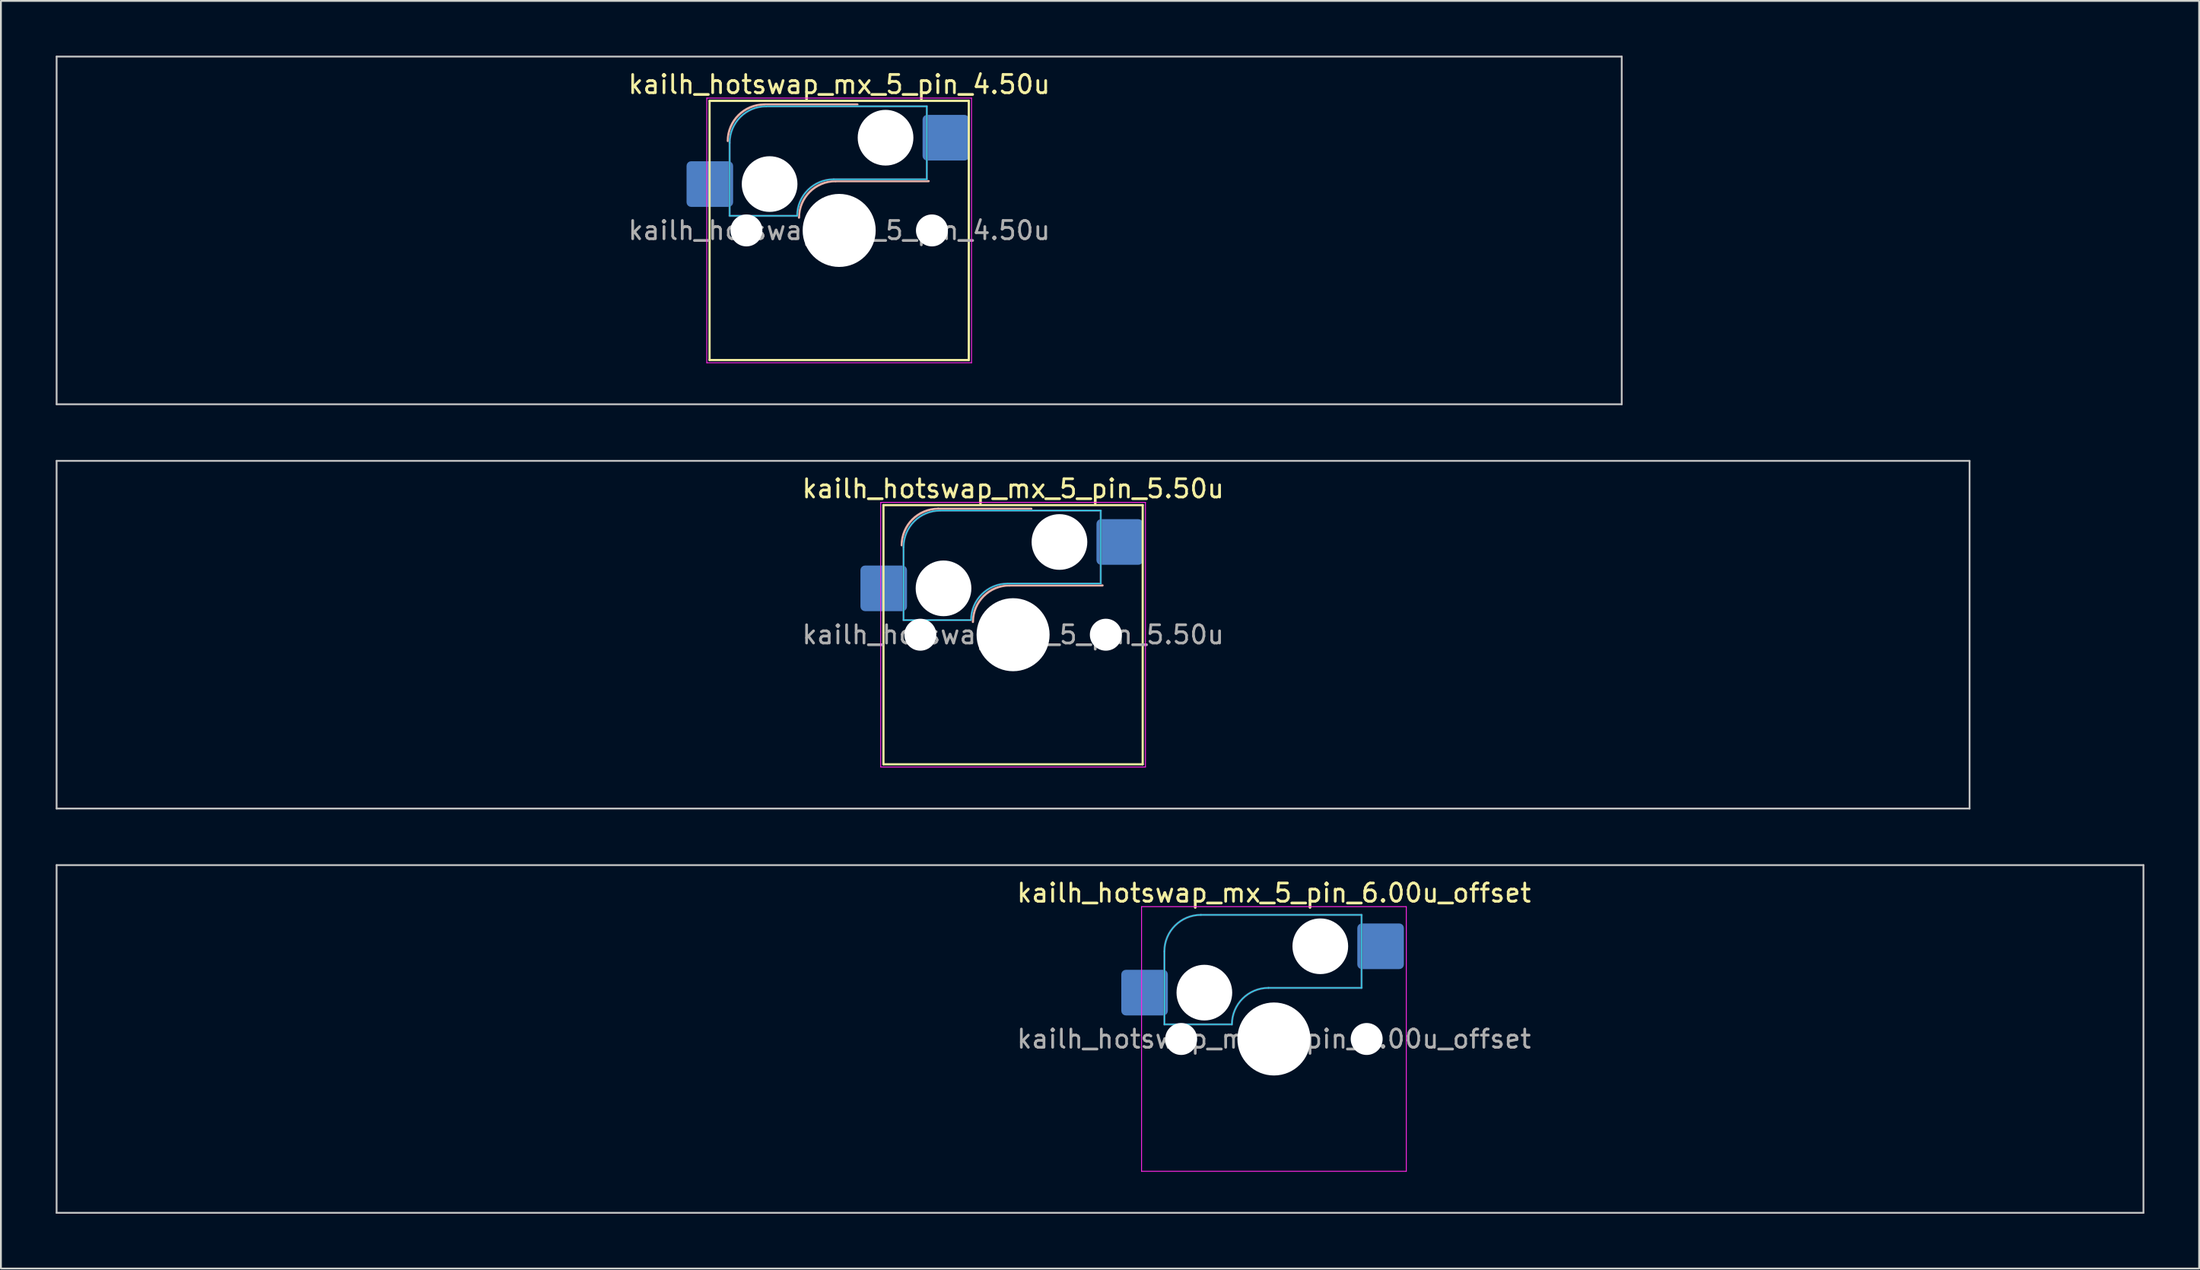
<source format=kicad_pcb>
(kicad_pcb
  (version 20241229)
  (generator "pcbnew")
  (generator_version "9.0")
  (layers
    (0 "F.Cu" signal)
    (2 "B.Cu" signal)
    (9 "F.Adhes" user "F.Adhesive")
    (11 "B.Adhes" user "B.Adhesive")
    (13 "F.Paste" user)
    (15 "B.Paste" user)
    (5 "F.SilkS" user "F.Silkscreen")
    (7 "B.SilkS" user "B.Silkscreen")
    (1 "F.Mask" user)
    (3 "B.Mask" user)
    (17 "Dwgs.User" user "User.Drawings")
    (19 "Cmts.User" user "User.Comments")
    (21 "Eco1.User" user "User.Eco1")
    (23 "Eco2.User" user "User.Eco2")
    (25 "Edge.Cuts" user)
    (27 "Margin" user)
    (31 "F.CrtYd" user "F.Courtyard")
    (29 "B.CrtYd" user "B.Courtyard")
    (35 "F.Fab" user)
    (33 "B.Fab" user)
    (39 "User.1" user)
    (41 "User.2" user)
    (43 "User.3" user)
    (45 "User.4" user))
  (footprint "kailh_hotswap_mx_5_pin_5.50u"
    (layer "F.Cu")
    (at 52.438 31.725)
    (property "Reference" "kailh_hotswap_mx_5_pin_5.50u" (at 0 -8 0) (layer "F.SilkS") (effects (font (size 1 1) (thickness 0.15))))
    (attr smd)
    (fp_line (start -7.1 -7.1) (end -7.1 7.1) (stroke (width 0.12) (type solid)) (layer "F.SilkS"))
    (fp_line (start -7.1 7.1) (end 7.1 7.1) (stroke (width 0.12) (type solid)) (layer "F.SilkS"))
    (fp_line (start 7.1 -7.1) (end -7.1 -7.1) (stroke (width 0.12) (type solid)) (layer "F.SilkS"))
    (fp_line (start 7.1 7.1) (end 7.1 -7.1) (stroke (width 0.12) (type solid)) (layer "F.SilkS"))
    (fp_line (start -4.1 -6.9) (end 1 -6.9) (stroke (width 0.12) (type solid)) (layer "B.SilkS"))
    (fp_line (start -0.2 -2.7) (end 4.9 -2.7) (stroke (width 0.12) (type solid)) (layer "B.SilkS"))
    (fp_arc (start -6.1 -4.9) (mid -5.514214 -6.314214) (end -4.1 -6.9) (stroke (width 0.12) (type solid)) (layer "B.SilkS"))
    (fp_arc (start -2.2 -0.7) (mid -1.614214 -2.114214) (end -0.2 -2.7) (stroke (width 0.12) (type solid)) (layer "B.SilkS"))
    (fp_line (start -52.388 -9.525) (end -52.388 9.525) (stroke (width 0.1) (type solid)) (layer "Dwgs.User"))
    (fp_line (start -52.388 9.525) (end 52.388 9.525) (stroke (width 0.1) (type solid)) (layer "Dwgs.User"))
    (fp_line (start 52.388 -9.525) (end -52.388 -9.525) (stroke (width 0.1) (type solid)) (layer "Dwgs.User"))
    (fp_line (start 52.388 9.525) (end 52.388 -9.525) (stroke (width 0.1) (type solid)) (layer "Dwgs.User"))
    (fp_line (start -6 -0.8) (end -6 -4.8) (stroke (width 0.05) (type solid)) (layer "B.CrtYd"))
    (fp_line (start -6 -0.8) (end -2.3 -0.8) (stroke (width 0.05) (type solid)) (layer "B.CrtYd"))
    (fp_line (start -4 -6.8) (end 4.8 -6.8) (stroke (width 0.05) (type solid)) (layer "B.CrtYd"))
    (fp_line (start -0.3 -2.8) (end 4.8 -2.8) (stroke (width 0.05) (type solid)) (layer "B.CrtYd"))
    (fp_line (start 4.8 -6.8) (end 4.8 -2.8) (stroke (width 0.05) (type solid)) (layer "B.CrtYd"))
    (fp_arc (start -6 -4.8) (mid -5.414214 -6.214214) (end -4 -6.8) (stroke (width 0.05) (type solid)) (layer "B.CrtYd"))
    (fp_arc (start -2.3 -0.8) (mid -1.714214 -2.214214) (end -0.3 -2.8) (stroke (width 0.05) (type solid)) (layer "B.CrtYd"))
    (fp_line (start -7.25 -7.25) (end -7.25 7.25) (stroke (width 0.05) (type solid)) (layer "F.CrtYd"))
    (fp_line (start -7.25 7.25) (end 7.25 7.25) (stroke (width 0.05) (type solid)) (layer "F.CrtYd"))
    (fp_line (start 7.25 -7.25) (end -7.25 -7.25) (stroke (width 0.05) (type solid)) (layer "F.CrtYd"))
    (fp_line (start 7.25 7.25) (end 7.25 -7.25) (stroke (width 0.05) (type solid)) (layer "F.CrtYd"))
    (fp_line (start -6 -0.8) (end -6 -4.8) (stroke (width 0.12) (type solid)) (layer "B.Fab"))
    (fp_line (start -6 -0.8) (end -2.3 -0.8) (stroke (width 0.12) (type solid)) (layer "B.Fab"))
    (fp_line (start -4 -6.8) (end 4.8 -6.8) (stroke (width 0.12) (type solid)) (layer "B.Fab"))
    (fp_line (start -0.3 -2.8) (end 4.8 -2.8) (stroke (width 0.12) (type solid)) (layer "B.Fab"))
    (fp_line (start 4.8 -6.8) (end 4.8 -2.8) (stroke (width 0.12) (type solid)) (layer "B.Fab"))
    (fp_arc (start -6 -4.8) (mid -5.414214 -6.214214) (end -4 -6.8) (stroke (width 0.12) (type solid)) (layer "B.Fab"))
    (fp_arc (start -2.3 -0.8) (mid -1.714214 -2.214214) (end -0.3 -2.8) (stroke (width 0.12) (type solid)) (layer "B.Fab"))
    (fp_text user "${REFERENCE}" (at 0 0 0) (layer "F.Fab") (effects (font (size 1 1) (thickness 0.15))))
    (pad "" np_thru_hole circle (at -5.08 0) (size 1.75 1.75) (drill 1.75) (layers "*.Cu" "*.Mask"))
    (pad "" np_thru_hole circle (at -3.81 -2.54) (size 3.05 3.05) (drill 3.05) (layers "*.Cu" "*.Mask"))
    (pad "" np_thru_hole circle (at 0 0) (size 4 4) (drill 4) (layers "*.Cu" "*.Mask"))
    (pad "" np_thru_hole circle (at 2.54 -5.08) (size 3.05 3.05) (drill 3.05) (layers "*.Cu" "*.Mask"))
    (pad "" np_thru_hole circle (at 5.08 0) (size 1.75 1.75) (drill 1.75) (layers "*.Cu" "*.Mask"))
    (pad "1" smd roundrect (at -7.085 -2.54) (size 2.55 2.5) (layers "B.Cu" "B.Mask" "B.Paste") (roundrect_rratio 0.1))
    (pad "2" smd roundrect (at 5.842 -5.08) (size 2.55 2.5) (layers "B.Cu" "B.Mask" "B.Paste") (roundrect_rratio 0.1)))
  (footprint "kailh_hotswap_mx_5_pin_4.50u"
    (layer "F.Cu")
    (at 42.913 9.575)
    (property "Reference" "kailh_hotswap_mx_5_pin_4.50u" (at 0 -8 0) (layer "F.SilkS") (effects (font (size 1 1) (thickness 0.15))))
    (attr smd)
    (fp_line (start -7.1 -7.1) (end -7.1 7.1) (stroke (width 0.12) (type solid)) (layer "F.SilkS"))
    (fp_line (start -7.1 7.1) (end 7.1 7.1) (stroke (width 0.12) (type solid)) (layer "F.SilkS"))
    (fp_line (start 7.1 -7.1) (end -7.1 -7.1) (stroke (width 0.12) (type solid)) (layer "F.SilkS"))
    (fp_line (start 7.1 7.1) (end 7.1 -7.1) (stroke (width 0.12) (type solid)) (layer "F.SilkS"))
    (fp_line (start -4.1 -6.9) (end 1 -6.9) (stroke (width 0.12) (type solid)) (layer "B.SilkS"))
    (fp_line (start -0.2 -2.7) (end 4.9 -2.7) (stroke (width 0.12) (type solid)) (layer "B.SilkS"))
    (fp_arc (start -6.1 -4.9) (mid -5.514214 -6.314214) (end -4.1 -6.9) (stroke (width 0.12) (type solid)) (layer "B.SilkS"))
    (fp_arc (start -2.2 -0.7) (mid -1.614214 -2.114214) (end -0.2 -2.7) (stroke (width 0.12) (type solid)) (layer "B.SilkS"))
    (fp_line (start -42.862 -9.525) (end -42.862 9.525) (stroke (width 0.1) (type solid)) (layer "Dwgs.User"))
    (fp_line (start -42.862 9.525) (end 42.862 9.525) (stroke (width 0.1) (type solid)) (layer "Dwgs.User"))
    (fp_line (start 42.862 -9.525) (end -42.862 -9.525) (stroke (width 0.1) (type solid)) (layer "Dwgs.User"))
    (fp_line (start 42.862 9.525) (end 42.862 -9.525) (stroke (width 0.1) (type solid)) (layer "Dwgs.User"))
    (fp_line (start -6 -0.8) (end -6 -4.8) (stroke (width 0.05) (type solid)) (layer "B.CrtYd"))
    (fp_line (start -6 -0.8) (end -2.3 -0.8) (stroke (width 0.05) (type solid)) (layer "B.CrtYd"))
    (fp_line (start -4 -6.8) (end 4.8 -6.8) (stroke (width 0.05) (type solid)) (layer "B.CrtYd"))
    (fp_line (start -0.3 -2.8) (end 4.8 -2.8) (stroke (width 0.05) (type solid)) (layer "B.CrtYd"))
    (fp_line (start 4.8 -6.8) (end 4.8 -2.8) (stroke (width 0.05) (type solid)) (layer "B.CrtYd"))
    (fp_arc (start -6 -4.8) (mid -5.414214 -6.214214) (end -4 -6.8) (stroke (width 0.05) (type solid)) (layer "B.CrtYd"))
    (fp_arc (start -2.3 -0.8) (mid -1.714214 -2.214214) (end -0.3 -2.8) (stroke (width 0.05) (type solid)) (layer "B.CrtYd"))
    (fp_line (start -7.25 -7.25) (end -7.25 7.25) (stroke (width 0.05) (type solid)) (layer "F.CrtYd"))
    (fp_line (start -7.25 7.25) (end 7.25 7.25) (stroke (width 0.05) (type solid)) (layer "F.CrtYd"))
    (fp_line (start 7.25 -7.25) (end -7.25 -7.25) (stroke (width 0.05) (type solid)) (layer "F.CrtYd"))
    (fp_line (start 7.25 7.25) (end 7.25 -7.25) (stroke (width 0.05) (type solid)) (layer "F.CrtYd"))
    (fp_line (start -6 -0.8) (end -6 -4.8) (stroke (width 0.12) (type solid)) (layer "B.Fab"))
    (fp_line (start -6 -0.8) (end -2.3 -0.8) (stroke (width 0.12) (type solid)) (layer "B.Fab"))
    (fp_line (start -4 -6.8) (end 4.8 -6.8) (stroke (width 0.12) (type solid)) (layer "B.Fab"))
    (fp_line (start -0.3 -2.8) (end 4.8 -2.8) (stroke (width 0.12) (type solid)) (layer "B.Fab"))
    (fp_line (start 4.8 -6.8) (end 4.8 -2.8) (stroke (width 0.12) (type solid)) (layer "B.Fab"))
    (fp_arc (start -6 -4.8) (mid -5.414214 -6.214214) (end -4 -6.8) (stroke (width 0.12) (type solid)) (layer "B.Fab"))
    (fp_arc (start -2.3 -0.8) (mid -1.714214 -2.214214) (end -0.3 -2.8) (stroke (width 0.12) (type solid)) (layer "B.Fab"))
    (fp_text user "${REFERENCE}" (at 0 0 0) (layer "F.Fab") (effects (font (size 1 1) (thickness 0.15))))
    (pad "" np_thru_hole circle (at -5.08 0) (size 1.75 1.75) (drill 1.75) (layers "*.Cu" "*.Mask"))
    (pad "" np_thru_hole circle (at -3.81 -2.54) (size 3.05 3.05) (drill 3.05) (layers "*.Cu" "*.Mask"))
    (pad "" np_thru_hole circle (at 0 0) (size 4 4) (drill 4) (layers "*.Cu" "*.Mask"))
    (pad "" np_thru_hole circle (at 2.54 -5.08) (size 3.05 3.05) (drill 3.05) (layers "*.Cu" "*.Mask"))
    (pad "" np_thru_hole circle (at 5.08 0) (size 1.75 1.75) (drill 1.75) (layers "*.Cu" "*.Mask"))
    (pad "1" smd roundrect (at -7.085 -2.54) (size 2.55 2.5) (layers "B.Cu" "B.Mask" "B.Paste") (roundrect_rratio 0.1))
    (pad "2" smd roundrect (at 5.842 -5.08) (size 2.55 2.5) (layers "B.Cu" "B.Mask" "B.Paste") (roundrect_rratio 0.1)))
  (footprint "kailh_hotswap_mx_5_pin_6.00u_offset"
    (layer "F.Cu")
    (at 66.725 53.875)
    (property "Reference" "kailh_hotswap_mx_5_pin_6.00u_offset" (at 0 -8 0) (layer "F.SilkS") (effects (font (size 1 1) (thickness 0.15))))
    (attr smd)
    (fp_line (start -66.675 -9.525) (end -66.675 9.525) (stroke (width 0.1) (type solid)) (layer "Dwgs.User"))
    (fp_line (start -66.675 9.525) (end 47.625 9.525) (stroke (width 0.1) (type solid)) (layer "Dwgs.User"))
    (fp_line (start 47.625 -9.525) (end -66.675 -9.525) (stroke (width 0.1) (type solid)) (layer "Dwgs.User"))
    (fp_line (start 47.625 9.525) (end 47.625 -9.525) (stroke (width 0.1) (type solid)) (layer "Dwgs.User"))
    (fp_line (start -61.1 -2.6) (end -61.1 -0.2) (stroke (width 0.1) (type solid)) (layer "Eco2.User"))
    (fp_line (start -60.9 -2.8) (end -60.4 -2.8) (stroke (width 0.1) (type solid)) (layer "Eco2.User"))
    (fp_line (start -60.9 -0.00038) (end -60.4 -0.00038) (stroke (width 0.1) (type solid)) (layer "Eco2.User"))
    (fp_line (start -60.4 -5.5) (end -60.4 -2.8) (stroke (width 0.1) (type solid)) (layer "Eco2.User"))
    (fp_line (start -60.4 -0.00038) (end -60.4 6) (stroke (width 0.1) (type solid)) (layer "Eco2.User"))
    (fp_line (start -59.9 -6) (end -54.15 -6) (stroke (width 0.1) (type solid)) (layer "Eco2.User"))
    (fp_line (start -59.9 6.5) (end -59.175 6.5) (stroke (width 0.1) (type solid)) (layer "Eco2.User"))
    (fp_line (start -58.175 7.5) (end -55.875 7.5) (stroke (width 0.1) (type solid)) (layer "Eco2.User"))
    (fp_line (start -54.875 6.5) (end -54.15 6.5) (stroke (width 0.1) (type solid)) (layer "Eco2.User"))
    (fp_line (start -53.65 6) (end -53.65 5.5) (stroke (width 0.1) (type solid)) (layer "Eco2.User"))
    (fp_line (start -53.15 -5) (end -7.5 -5) (stroke (width 0.1) (type solid)) (layer "Eco2.User"))
    (fp_line (start -53.15 5) (end -7.5 5) (stroke (width 0.1) (type solid)) (layer "Eco2.User"))
    (fp_line (start -7 -6.5) (end -7 -5.5) (stroke (width 0.1) (type solid)) (layer "Eco2.User"))
    (fp_line (start -7 5.5) (end -7 6.5) (stroke (width 0.1) (type solid)) (layer "Eco2.User"))
    (fp_line (start -6.5 -7) (end 6.5 -7) (stroke (width 0.1) (type solid)) (layer "Eco2.User"))
    (fp_line (start -6.5 7) (end 6.5 7) (stroke (width 0.1) (type solid)) (layer "Eco2.User"))
    (fp_line (start 7 5.5) (end 7 6.5) (stroke (width 0.1) (type solid)) (layer "Eco2.User"))
    (fp_line (start 7 -6.5) (end 7 -5.5) (stroke (width 0.1) (type solid)) (layer "Eco2.User"))
    (fp_line (start 7.5 5) (end 34.1 5) (stroke (width 0.1) (type solid)) (layer "Eco2.User"))
    (fp_line (start 7.5 -5) (end 34.1 -5) (stroke (width 0.1) (type solid)) (layer "Eco2.User"))
    (fp_line (start 34.6 5.5) (end 34.6 6) (stroke (width 0.1) (type solid)) (layer "Eco2.User"))
    (fp_line (start 35.825 6.5) (end 35.1 6.5) (stroke (width 0.1) (type solid)) (layer "Eco2.User"))
    (fp_line (start 39.125 7.5) (end 36.825 7.5) (stroke (width 0.1) (type solid)) (layer "Eco2.User"))
    (fp_line (start 40.85 -6) (end 35.1 -6) (stroke (width 0.1) (type solid)) (layer "Eco2.User"))
    (fp_line (start 40.85 6.5) (end 40.125 6.5) (stroke (width 0.1) (type solid)) (layer "Eco2.User"))
    (fp_line (start 41.35 -5.5) (end 41.35 -2.8) (stroke (width 0.1) (type solid)) (layer "Eco2.User"))
    (fp_line (start 41.35 0) (end 41.35 6) (stroke (width 0.1) (type solid)) (layer "Eco2.User"))
    (fp_line (start 41.85 -2.8) (end 41.35 -2.8) (stroke (width 0.1) (type solid)) (layer "Eco2.User"))
    (fp_line (start 41.85 0) (end 41.35 0) (stroke (width 0.1) (type solid)) (layer "Eco2.User"))
    (fp_line (start 42.05 -2.6) (end 42.05 -0.2) (stroke (width 0.1) (type solid)) (layer "Eco2.User"))
    (fp_arc (start -61.1 -2.60038) (mid -61.041421 -2.741801) (end -60.9 -2.80038) (stroke (width 0.1) (type solid)) (layer "Eco2.User"))
    (fp_arc (start -60.9 -0.00038) (mid -61.041421 -0.058959) (end -61.1 -0.20038) (stroke (width 0.1) (type solid)) (layer "Eco2.User"))
    (fp_arc (start -60.4 -5.50038) (mid -60.253553 -5.853933) (end -59.9 -6.00038) (stroke (width 0.1) (type solid)) (layer "Eco2.User"))
    (fp_arc (start -59.9 6.49962) (mid -60.253553 6.353173) (end -60.4 5.99962) (stroke (width 0.1) (type solid)) (layer "Eco2.User"))
    (fp_arc (start -59.175 6.49962) (mid -58.821447 6.646067) (end -58.675 6.99962) (stroke (width 0.1) (type solid)) (layer "Eco2.User"))
    (fp_arc (start -58.175 7.49962) (mid -58.528553 7.353173) (end -58.675 6.99962) (stroke (width 0.1) (type solid)) (layer "Eco2.User"))
    (fp_arc (start -55.375 6.99962) (mid -55.521447 7.353173) (end -55.875 7.49962) (stroke (width 0.1) (type solid)) (layer "Eco2.User"))
    (fp_arc (start -55.375 6.99962) (mid -55.228553 6.646067) (end -54.875 6.49962) (stroke (width 0.1) (type solid)) (layer "Eco2.User"))
    (fp_arc (start -54.15 -6.00038) (mid -53.796447 -5.853933) (end -53.65 -5.50038) (stroke (width 0.1) (type solid)) (layer "Eco2.User"))
    (fp_arc (start -53.65 5.49962) (mid -53.503553 5.146067) (end -53.15 4.99962) (stroke (width 0.1) (type solid)) (layer "Eco2.User"))
    (fp_arc (start -53.65 5.99962) (mid -53.796447 6.353173) (end -54.15 6.49962) (stroke (width 0.1) (type solid)) (layer "Eco2.User"))
    (fp_arc (start -53.15 -5.00038) (mid -53.503553 -5.146827) (end -53.65 -5.50038) (stroke (width 0.1) (type solid)) (layer "Eco2.User"))
    (fp_arc (start -7.5 5) (mid -7.146447 5.146447) (end -7 5.5) (stroke (width 0.1) (type solid)) (layer "Eco2.User"))
    (fp_arc (start -7 -6.5) (mid -6.853553 -6.853553) (end -6.5 -7) (stroke (width 0.1) (type solid)) (layer "Eco2.User"))
    (fp_arc (start -7 -5.5) (mid -7.146447 -5.146447) (end -7.5 -5) (stroke (width 0.1) (type solid)) (layer "Eco2.User"))
    (fp_arc (start -6.5 7) (mid -6.853553 6.853553) (end -7 6.5) (stroke (width 0.1) (type solid)) (layer "Eco2.User"))
    (fp_arc (start 6.5 -7) (mid 6.853553 -6.853553) (end 7 -6.5) (stroke (width 0.1) (type solid)) (layer "Eco2.User"))
    (fp_arc (start 6.999672 5.500007) (mid 7.146119 5.146454) (end 7.499672 5.000007) (stroke (width 0.1) (type solid)) (layer "Eco2.User"))
    (fp_arc (start 6.999672 6.500007) (mid 6.853225 6.85356) (end 6.499672 7.000007) (stroke (width 0.1) (type solid)) (layer "Eco2.User"))
    (fp_arc (start 7.5 -5) (mid 7.146447 -5.146447) (end 7 -5.5) (stroke (width 0.1) (type solid)) (layer "Eco2.User"))
    (fp_arc (start 34.1 5) (mid 34.453553 5.146447) (end 34.6 5.5) (stroke (width 0.1) (type solid)) (layer "Eco2.User"))
    (fp_arc (start 34.6 -5.5) (mid 34.453553 -5.146447) (end 34.1 -5) (stroke (width 0.1) (type solid)) (layer "Eco2.User"))
    (fp_arc (start 34.6 -5.5) (mid 34.746447 -5.853553) (end 35.1 -6) (stroke (width 0.1) (type solid)) (layer "Eco2.User"))
    (fp_arc (start 35.1 6.5) (mid 34.746447 6.353553) (end 34.6 6) (stroke (width 0.1) (type solid)) (layer "Eco2.User"))
    (fp_arc (start 35.825 6.5) (mid 36.178553 6.646447) (end 36.325 7) (stroke (width 0.1) (type solid)) (layer "Eco2.User"))
    (fp_arc (start 36.825 7.5) (mid 36.471446 7.353554) (end 36.325 7) (stroke (width 0.1) (type solid)) (layer "Eco2.User"))
    (fp_arc (start 39.625 7) (mid 39.478555 7.353556) (end 39.125 7.5) (stroke (width 0.1) (type solid)) (layer "Eco2.User"))
    (fp_arc (start 39.625 7) (mid 39.771448 6.64645) (end 40.125 6.5) (stroke (width 0.1) (type solid)) (layer "Eco2.User"))
    (fp_arc (start 40.85 -6) (mid 41.203553 -5.853553) (end 41.35 -5.5) (stroke (width 0.1) (type solid)) (layer "Eco2.User"))
    (fp_arc (start 41.35 6) (mid 41.203555 6.353556) (end 40.85 6.5) (stroke (width 0.1) (type solid)) (layer "Eco2.User"))
    (fp_arc (start 41.85 -2.8) (mid 41.991435 -2.741435) (end 42.05 -2.6) (stroke (width 0.1) (type solid)) (layer "Eco2.User"))
    (fp_arc (start 42.05 -0.2) (mid 41.991402 -0.058626) (end 41.85 0) (stroke (width 0.1) (type solid)) (layer "Eco2.User"))
    (fp_line (start -6 -0.8) (end -6 -4.8) (stroke (width 0.05) (type solid)) (layer "B.CrtYd"))
    (fp_line (start -6 -0.8) (end -2.3 -0.8) (stroke (width 0.05) (type solid)) (layer "B.CrtYd"))
    (fp_line (start -4 -6.8) (end 4.8 -6.8) (stroke (width 0.05) (type solid)) (layer "B.CrtYd"))
    (fp_line (start -0.3 -2.8) (end 4.8 -2.8) (stroke (width 0.05) (type solid)) (layer "B.CrtYd"))
    (fp_line (start 4.8 -6.8) (end 4.8 -2.8) (stroke (width 0.05) (type solid)) (layer "B.CrtYd"))
    (fp_arc (start -6 -4.8) (mid -5.414214 -6.214214) (end -4 -6.8) (stroke (width 0.05) (type solid)) (layer "B.CrtYd"))
    (fp_arc (start -2.3 -0.8) (mid -1.714214 -2.214214) (end -0.3 -2.8) (stroke (width 0.05) (type solid)) (layer "B.CrtYd"))
    (fp_line (start -7.25 -7.25) (end -7.25 7.25) (stroke (width 0.05) (type solid)) (layer "F.CrtYd"))
    (fp_line (start -7.25 7.25) (end 7.25 7.25) (stroke (width 0.05) (type solid)) (layer "F.CrtYd"))
    (fp_line (start 7.25 -7.25) (end -7.25 -7.25) (stroke (width 0.05) (type solid)) (layer "F.CrtYd"))
    (fp_line (start 7.25 7.25) (end 7.25 -7.25) (stroke (width 0.05) (type solid)) (layer "F.CrtYd"))
    (fp_line (start -6 -0.8) (end -6 -4.8) (stroke (width 0.12) (type solid)) (layer "B.Fab"))
    (fp_line (start -6 -0.8) (end -2.3 -0.8) (stroke (width 0.12) (type solid)) (layer "B.Fab"))
    (fp_line (start -4 -6.8) (end 4.8 -6.8) (stroke (width 0.12) (type solid)) (layer "B.Fab"))
    (fp_line (start -0.3 -2.8) (end 4.8 -2.8) (stroke (width 0.12) (type solid)) (layer "B.Fab"))
    (fp_line (start 4.8 -6.8) (end 4.8 -2.8) (stroke (width 0.12) (type solid)) (layer "B.Fab"))
    (fp_arc (start -6 -4.8) (mid -5.414214 -6.214214) (end -4 -6.8) (stroke (width 0.12) (type solid)) (layer "B.Fab"))
    (fp_arc (start -2.3 -0.8) (mid -1.714214 -2.214214) (end -0.3 -2.8) (stroke (width 0.12) (type solid)) (layer "B.Fab"))
    (fp_text user "${REFERENCE}" (at 0 0 0) (layer "F.Fab") (effects (font (size 1 1) (thickness 0.15))))
    (pad "" np_thru_hole circle (at -5.08 0) (size 1.75 1.75) (drill 1.75) (layers "*.Cu" "*.Mask"))
    (pad "" np_thru_hole circle (at -3.81 -2.54) (size 3.05 3.05) (drill 3.05) (layers "*.Cu" "*.Mask"))
    (pad "" np_thru_hole circle (at 0 0) (size 4 4) (drill 4) (layers "*.Cu" "*.Mask"))
    (pad "" np_thru_hole circle (at 2.54 -5.08) (size 3.05 3.05) (drill 3.05) (layers "*.Cu" "*.Mask"))
    (pad "" np_thru_hole circle (at 5.08 0) (size 1.75 1.75) (drill 1.75) (layers "*.Cu" "*.Mask"))
    (pad "1" smd roundrect (at -7.085 -2.54) (size 2.55 2.5) (layers "B.Cu" "B.Mask" "B.Paste") (roundrect_rratio 0.1))
    (pad "2" smd roundrect (at 5.842 -5.08) (size 2.55 2.5) (layers "B.Cu" "B.Mask" "B.Paste") (roundrect_rratio 0.1)))
  (gr_rect
    (start -3 -3)
    (end 117.4 66.45)
    (stroke (width 0.1) (type default))
    (fill no)
    (layer "Edge.Cuts")))
</source>
